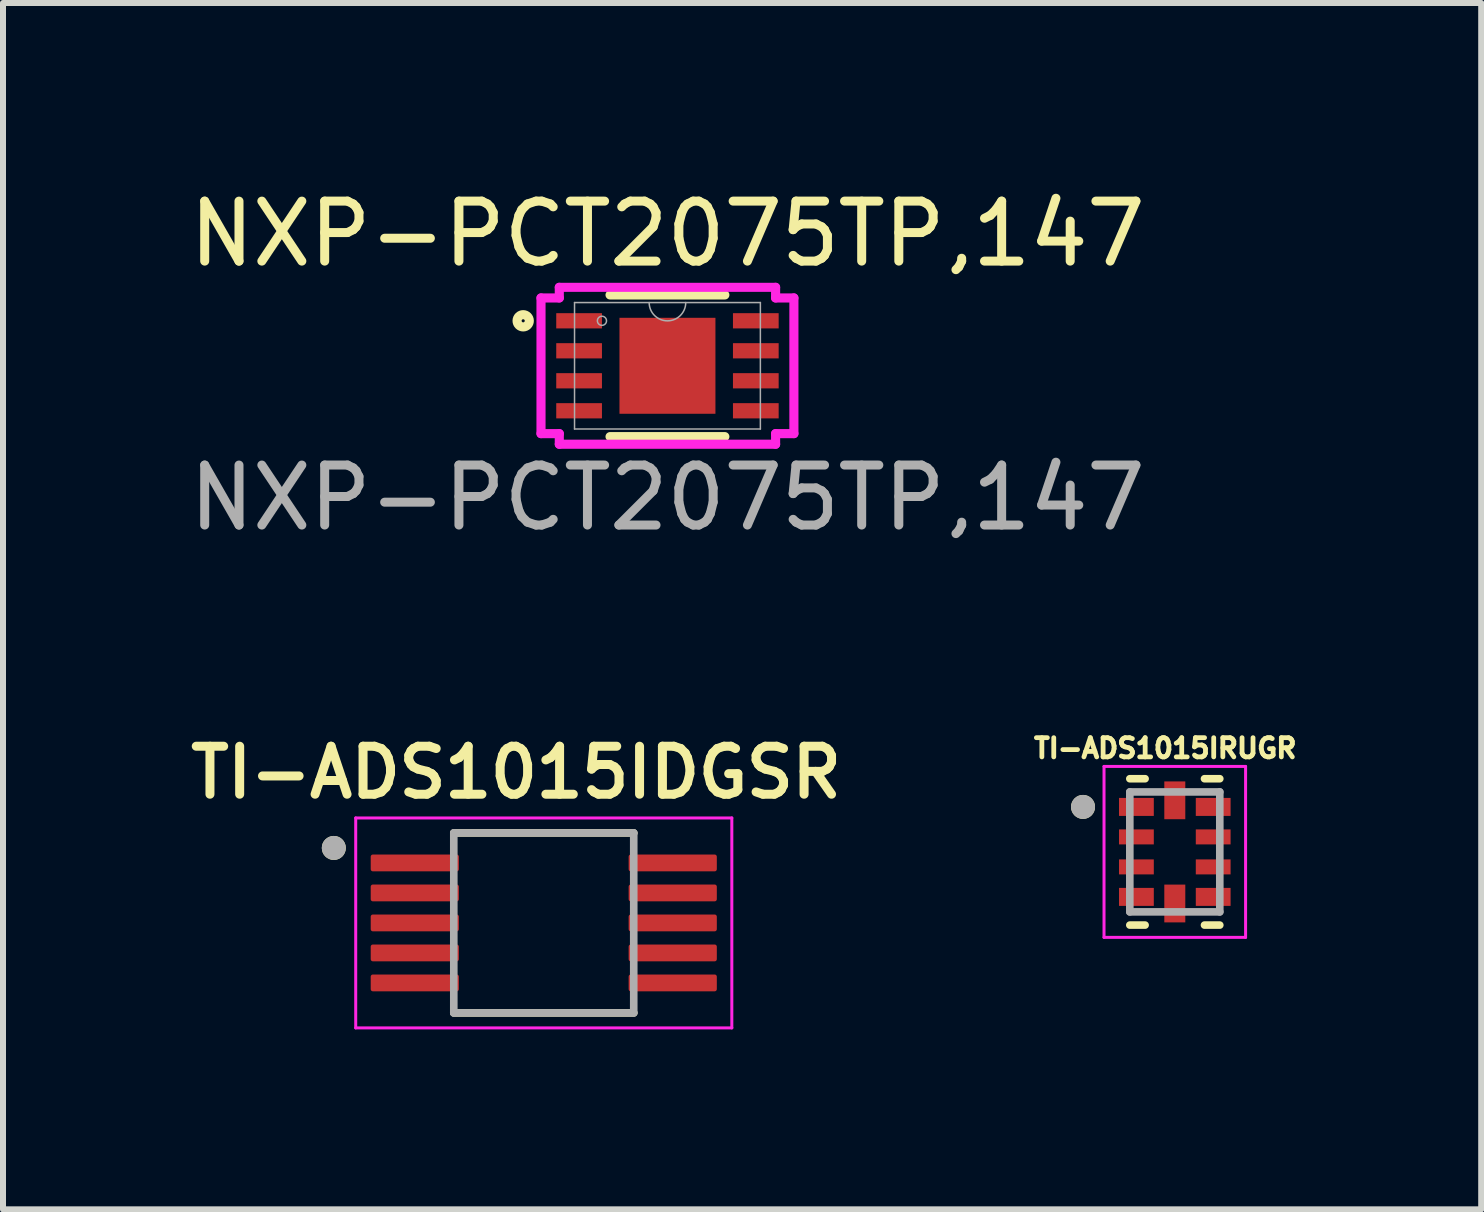
<source format=kicad_pcb>
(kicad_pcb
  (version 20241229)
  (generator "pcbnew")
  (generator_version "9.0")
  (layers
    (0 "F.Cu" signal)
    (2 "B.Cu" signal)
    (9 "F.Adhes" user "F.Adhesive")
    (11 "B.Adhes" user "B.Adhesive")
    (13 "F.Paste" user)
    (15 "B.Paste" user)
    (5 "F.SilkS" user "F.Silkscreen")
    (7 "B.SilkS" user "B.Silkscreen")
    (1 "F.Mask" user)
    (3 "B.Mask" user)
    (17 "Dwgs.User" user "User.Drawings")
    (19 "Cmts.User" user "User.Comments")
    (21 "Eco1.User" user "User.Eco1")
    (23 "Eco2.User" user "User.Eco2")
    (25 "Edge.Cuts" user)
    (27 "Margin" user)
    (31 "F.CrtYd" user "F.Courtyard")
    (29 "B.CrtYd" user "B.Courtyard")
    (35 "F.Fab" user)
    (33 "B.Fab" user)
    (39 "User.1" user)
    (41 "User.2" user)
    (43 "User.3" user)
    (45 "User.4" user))
  (footprint "TI-ADS1015IRUGR"
    (layer "F.Cu")
    (at 16.535 11.152)
    (property "Reference" "TI-ADS1015IRUGR" (at -0.159 -1.728 0) (layer "F.SilkS") (effects (font (size 0.32 0.32) (thickness 0.08))))
    (attr smd)
    (fp_line (start -0.495 -1.22) (end -0.75 -1.22) (stroke (width 0.127) (type solid)) (layer "F.SilkS"))
    (fp_line (start -0.495 1.22) (end -0.75 1.22) (stroke (width 0.127) (type solid)) (layer "F.SilkS"))
    (fp_line (start 0.495 -1.22) (end 0.75 -1.22) (stroke (width 0.127) (type solid)) (layer "F.SilkS"))
    (fp_line (start 0.495 1.22) (end 0.75 1.22) (stroke (width 0.127) (type solid)) (layer "F.SilkS"))
    (fp_circle (center -1.53 -0.75) (end -1.43 -0.75) (stroke (width 0.2) (type solid)) (fill no) (layer "F.SilkS"))
    (fp_poly (pts (xy -0.9 -0.875) (xy -0.37 -0.875) (xy -0.37 -0.625) (xy -0.9 -0.625)) (stroke (width 0.01) (type solid)) (fill yes) (layer "F.Paste"))
    (fp_poly (pts (xy -0.9 -0.375) (xy -0.37 -0.375) (xy -0.37 -0.125) (xy -0.9 -0.125)) (stroke (width 0.01) (type solid)) (fill yes) (layer "F.Paste"))
    (fp_poly (pts (xy -0.9 0.125) (xy -0.37 0.125) (xy -0.37 0.375) (xy -0.9 0.375)) (stroke (width 0.01) (type solid)) (fill yes) (layer "F.Paste"))
    (fp_poly (pts (xy -0.9 0.625) (xy -0.37 0.625) (xy -0.37 0.875) (xy -0.9 0.875)) (stroke (width 0.01) (type solid)) (fill yes) (layer "F.Paste"))
    (fp_poly (pts (xy -0.15 -1.15) (xy 0.15 -1.15) (xy 0.15 -0.57) (xy -0.15 -0.57)) (stroke (width 0.01) (type solid)) (fill yes) (layer "F.Paste"))
    (fp_poly (pts (xy -0.15 0.57) (xy 0.15 0.57) (xy 0.15 1.15) (xy -0.15 1.15)) (stroke (width 0.01) (type solid)) (fill yes) (layer "F.Paste"))
    (fp_poly (pts (xy 0.37 -0.875) (xy 0.9 -0.875) (xy 0.9 -0.625) (xy 0.37 -0.625)) (stroke (width 0.01) (type solid)) (fill yes) (layer "F.Paste"))
    (fp_poly (pts (xy 0.37 -0.375) (xy 0.9 -0.375) (xy 0.9 -0.125) (xy 0.37 -0.125)) (stroke (width 0.01) (type solid)) (fill yes) (layer "F.Paste"))
    (fp_poly (pts (xy 0.37 0.125) (xy 0.9 0.125) (xy 0.9 0.375) (xy 0.37 0.375)) (stroke (width 0.01) (type solid)) (fill yes) (layer "F.Paste"))
    (fp_poly (pts (xy 0.37 0.625) (xy 0.9 0.625) (xy 0.9 0.875) (xy 0.37 0.875)) (stroke (width 0.01) (type solid)) (fill yes) (layer "F.Paste"))
    (fp_line (start -1.18 -1.425) (end -1.18 1.425) (stroke (width 0.05) (type solid)) (layer "F.CrtYd"))
    (fp_line (start -1.18 1.425) (end 1.18 1.425) (stroke (width 0.05) (type solid)) (layer "F.CrtYd"))
    (fp_line (start 1.18 -1.425) (end -1.18 -1.425) (stroke (width 0.05) (type solid)) (layer "F.CrtYd"))
    (fp_line (start 1.18 1.425) (end 1.18 -1.425) (stroke (width 0.05) (type solid)) (layer "F.CrtYd"))
    (fp_line (start -0.75 -1) (end -0.75 1) (stroke (width 0.127) (type solid)) (layer "F.Fab"))
    (fp_line (start -0.75 1) (end 0.75 1) (stroke (width 0.127) (type solid)) (layer "F.Fab"))
    (fp_line (start 0.75 -1) (end -0.75 -1) (stroke (width 0.127) (type solid)) (layer "F.Fab"))
    (fp_line (start 0.75 1) (end 0.75 -1) (stroke (width 0.127) (type solid)) (layer "F.Fab"))
    (fp_circle (center -1.53 -0.75) (end -1.43 -0.75) (stroke (width 0.2) (type solid)) (fill no) (layer "F.Fab"))
    (pad "1" smd rect (at -0.64 -0.75) (size 0.58 0.3) (layers "F.Cu" "F.Mask"))
    (pad "2" smd rect (at -0.64 -0.25) (size 0.58 0.25) (layers "F.Cu" "F.Mask"))
    (pad "3" smd rect (at -0.64 0.25) (size 0.58 0.25) (layers "F.Cu" "F.Mask"))
    (pad "4" smd rect (at -0.64 0.75) (size 0.58 0.3) (layers "F.Cu" "F.Mask"))
    (pad "5" smd rect (at 0 0.86) (size 0.35 0.63) (layers "F.Cu" "F.Mask"))
    (pad "6" smd rect (at 0.64 0.75) (size 0.58 0.3) (layers "F.Cu" "F.Mask"))
    (pad "7" smd rect (at 0.64 0.25) (size 0.58 0.25) (layers "F.Cu" "F.Mask"))
    (pad "8" smd rect (at 0.64 -0.25) (size 0.58 0.25) (layers "F.Cu" "F.Mask"))
    (pad "9" smd rect (at 0.64 -0.75) (size 0.58 0.3) (layers "F.Cu" "F.Mask"))
    (pad "10" smd rect (at 0 -0.86) (size 0.35 0.63) (layers "F.Cu" "F.Mask")))
  (footprint "NXP-PCT2075TP,147"
    (layer "F.Cu")
    (at 8.077 3.048)
    (property "Reference" "NXP-PCT2075TP,147" (at 0 -2.2 0) (unlocked yes) (layer "F.SilkS") (effects (font (size 1 1) (thickness 0.15))))
    (attr smd)
    (fp_line (start -0.957 1.181) (end 0.957 1.181) (stroke (width 0.152) (type solid)) (layer "F.SilkS"))
    (fp_line (start 0.957 -1.181) (end -0.957 -1.181) (stroke (width 0.152) (type solid)) (layer "F.SilkS"))
    (fp_circle (center -2.405 -0.75) (end -2.303 -0.75) (stroke (width 0.152) (type solid)) (fill no) (layer "F.SilkS"))
    (fp_line (start -2.108 -1.131) (end -1.803 -1.131) (stroke (width 0.152) (type solid)) (layer "F.CrtYd"))
    (fp_line (start -2.108 1.131) (end -2.108 -1.131) (stroke (width 0.152) (type solid)) (layer "F.CrtYd"))
    (fp_line (start -2.108 1.131) (end -1.803 1.131) (stroke (width 0.152) (type solid)) (layer "F.CrtYd"))
    (fp_line (start -1.803 -1.308) (end 1.803 -1.308) (stroke (width 0.152) (type solid)) (layer "F.CrtYd"))
    (fp_line (start -1.803 -1.131) (end -1.803 -1.308) (stroke (width 0.152) (type solid)) (layer "F.CrtYd"))
    (fp_line (start -1.803 1.308) (end -1.803 1.131) (stroke (width 0.152) (type solid)) (layer "F.CrtYd"))
    (fp_line (start 1.803 -1.308) (end 1.803 -1.131) (stroke (width 0.152) (type solid)) (layer "F.CrtYd"))
    (fp_line (start 1.803 1.131) (end 1.803 1.308) (stroke (width 0.152) (type solid)) (layer "F.CrtYd"))
    (fp_line (start 1.803 1.308) (end -1.803 1.308) (stroke (width 0.152) (type solid)) (layer "F.CrtYd"))
    (fp_line (start 2.108 -1.131) (end 1.803 -1.131) (stroke (width 0.152) (type solid)) (layer "F.CrtYd"))
    (fp_line (start 2.108 -1.131) (end 2.108 1.131) (stroke (width 0.152) (type solid)) (layer "F.CrtYd"))
    (fp_line (start 2.108 1.131) (end 1.803 1.131) (stroke (width 0.152) (type solid)) (layer "F.CrtYd"))
    (fp_line (start -1.549 -1.054) (end -1.549 1.054) (stroke (width 0.025) (type solid)) (layer "F.Fab"))
    (fp_line (start -1.549 1.054) (end 1.549 1.054) (stroke (width 0.025) (type solid)) (layer "F.Fab"))
    (fp_line (start 1.549 -1.054) (end -1.549 -1.054) (stroke (width 0.025) (type solid)) (layer "F.Fab"))
    (fp_line (start 1.549 1.054) (end 1.549 -1.054) (stroke (width 0.025) (type solid)) (layer "F.Fab"))
    (fp_arc (start 0.3048 -1.0541) (mid 0 -0.7493) (end -0.3048 -1.0541) (stroke (width 0.0254) (type solid)) (layer "F.Fab"))
    (fp_circle (center -1.092 -0.75) (end -1.016 -0.75) (stroke (width 0.025) (type solid)) (fill no) (layer "F.Fab"))
    (fp_text user "${REFERENCE}" (at 0 2.2 0) (unlocked yes) (layer "F.Fab") (effects (font (size 1 1) (thickness 0.15))))
    (pad "1" smd rect (at -1.473 -0.75) (size 0.762 0.254) (layers "F.Cu" "F.Mask" "F.Paste"))
    (pad "2" smd rect (at -1.473 -0.25) (size 0.762 0.254) (layers "F.Cu" "F.Mask" "F.Paste"))
    (pad "3" smd rect (at -1.473 0.25) (size 0.762 0.254) (layers "F.Cu" "F.Mask" "F.Paste"))
    (pad "4" smd rect (at -1.473 0.75) (size 0.762 0.254) (layers "F.Cu" "F.Mask" "F.Paste"))
    (pad "5" smd rect (at 1.473 0.75) (size 0.762 0.254) (layers "F.Cu" "F.Mask" "F.Paste"))
    (pad "6" smd rect (at 1.473 0.25) (size 0.762 0.254) (layers "F.Cu" "F.Mask" "F.Paste"))
    (pad "7" smd rect (at 1.473 -0.25) (size 0.762 0.254) (layers "F.Cu" "F.Mask" "F.Paste"))
    (pad "8" smd rect (at 1.473 -0.75) (size 0.762 0.254) (layers "F.Cu" "F.Mask" "F.Paste"))
    (pad "9" smd rect (at 0 0) (size 1.6 1.6) (layers "F.Cu" "F.Mask" "F.Paste")))
  (footprint "TI-ADS1015IDGSR"
    (layer "F.Cu")
    (at 6.015 12.336)
    (property "Reference" "TI-ADS1015IDGSR" (at -0.46 -2.508 0) (layer "F.SilkS") (effects (font (size 0.8 0.8) (thickness 0.15))))
    (attr smd)
    (fp_line (start -1.5 -1.5) (end 1.5 -1.5) (stroke (width 0.127) (type solid)) (layer "F.SilkS"))
    (fp_line (start -1.5 1.5) (end 1.5 1.5) (stroke (width 0.127) (type solid)) (layer "F.SilkS"))
    (fp_circle (center -3.5 -1.25) (end -3.4 -1.25) (stroke (width 0.2) (type solid)) (fill no) (layer "F.SilkS"))
    (fp_line (start -3.135 -1.75) (end -3.135 1.75) (stroke (width 0.05) (type solid)) (layer "F.CrtYd"))
    (fp_line (start -3.135 -1.75) (end 3.135 -1.75) (stroke (width 0.05) (type solid)) (layer "F.CrtYd"))
    (fp_line (start -3.135 1.75) (end 3.135 1.75) (stroke (width 0.05) (type solid)) (layer "F.CrtYd"))
    (fp_line (start 3.135 -1.75) (end 3.135 1.75) (stroke (width 0.05) (type solid)) (layer "F.CrtYd"))
    (fp_line (start -1.5 -1.5) (end -1.5 1.5) (stroke (width 0.127) (type solid)) (layer "F.Fab"))
    (fp_line (start -1.5 -1.5) (end 1.5 -1.5) (stroke (width 0.127) (type solid)) (layer "F.Fab"))
    (fp_line (start -1.5 1.5) (end 1.5 1.5) (stroke (width 0.127) (type solid)) (layer "F.Fab"))
    (fp_line (start 1.5 -1.5) (end 1.5 1.5) (stroke (width 0.127) (type solid)) (layer "F.Fab"))
    (fp_circle (center -3.5 -1.25) (end -3.4 -1.25) (stroke (width 0.2) (type solid)) (fill no) (layer "F.Fab"))
    (pad "1" smd roundrect (at -2.15 -1) (size 1.47 0.28) (layers "F.Cu" "F.Mask" "F.Paste") (roundrect_rratio 0.125))
    (pad "2" smd roundrect (at -2.15 -0.5) (size 1.47 0.28) (layers "F.Cu" "F.Mask" "F.Paste") (roundrect_rratio 0.125))
    (pad "3" smd roundrect (at -2.15 0) (size 1.47 0.28) (layers "F.Cu" "F.Mask" "F.Paste") (roundrect_rratio 0.125))
    (pad "4" smd roundrect (at -2.15 0.5) (size 1.47 0.28) (layers "F.Cu" "F.Mask" "F.Paste") (roundrect_rratio 0.125))
    (pad "5" smd roundrect (at -2.15 1) (size 1.47 0.28) (layers "F.Cu" "F.Mask" "F.Paste") (roundrect_rratio 0.125))
    (pad "6" smd roundrect (at 2.15 1) (size 1.47 0.28) (layers "F.Cu" "F.Mask" "F.Paste") (roundrect_rratio 0.125))
    (pad "7" smd roundrect (at 2.15 0.5) (size 1.47 0.28) (layers "F.Cu" "F.Mask" "F.Paste") (roundrect_rratio 0.125))
    (pad "8" smd roundrect (at 2.15 0) (size 1.47 0.28) (layers "F.Cu" "F.Mask" "F.Paste") (roundrect_rratio 0.125))
    (pad "9" smd roundrect (at 2.15 -0.5) (size 1.47 0.28) (layers "F.Cu" "F.Mask" "F.Paste") (roundrect_rratio 0.125))
    (pad "10" smd roundrect (at 2.15 -1) (size 1.47 0.28) (layers "F.Cu" "F.Mask" "F.Paste") (roundrect_rratio 0.125)))
  (gr_rect
    (start -3 -3)
    (end 21.643 17.111)
    (stroke (width 0.1) (type default))
    (fill no)
    (layer "Edge.Cuts")))
</source>
